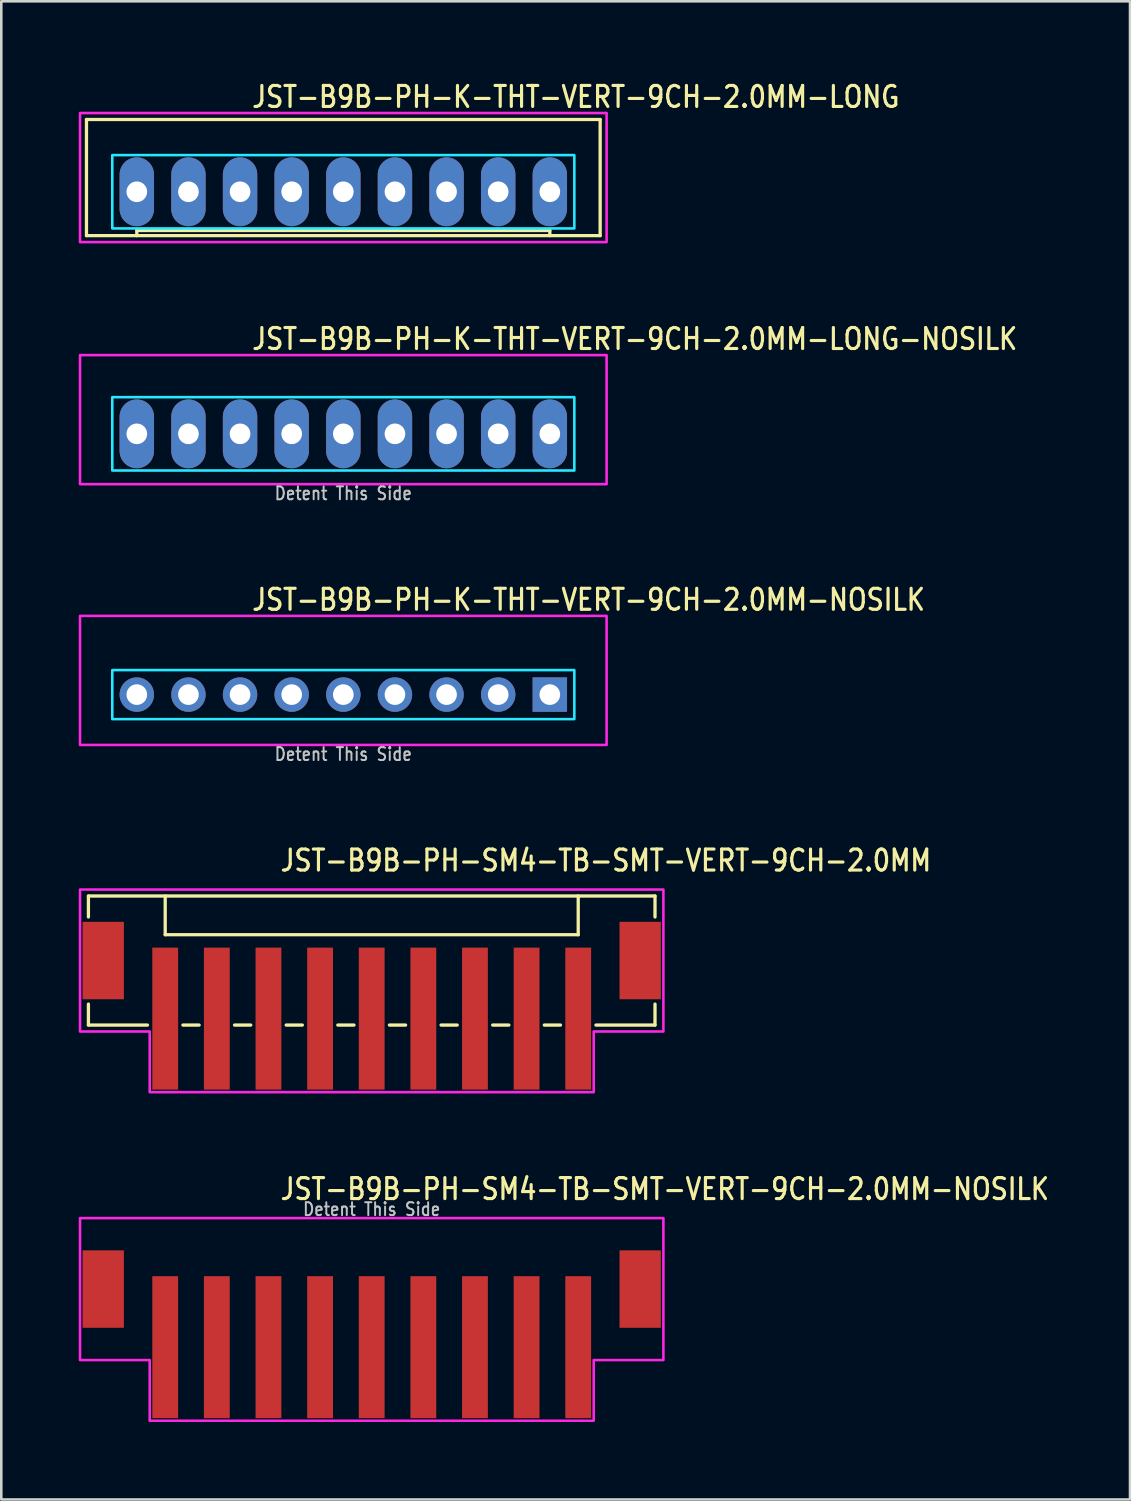
<source format=kicad_pcb>
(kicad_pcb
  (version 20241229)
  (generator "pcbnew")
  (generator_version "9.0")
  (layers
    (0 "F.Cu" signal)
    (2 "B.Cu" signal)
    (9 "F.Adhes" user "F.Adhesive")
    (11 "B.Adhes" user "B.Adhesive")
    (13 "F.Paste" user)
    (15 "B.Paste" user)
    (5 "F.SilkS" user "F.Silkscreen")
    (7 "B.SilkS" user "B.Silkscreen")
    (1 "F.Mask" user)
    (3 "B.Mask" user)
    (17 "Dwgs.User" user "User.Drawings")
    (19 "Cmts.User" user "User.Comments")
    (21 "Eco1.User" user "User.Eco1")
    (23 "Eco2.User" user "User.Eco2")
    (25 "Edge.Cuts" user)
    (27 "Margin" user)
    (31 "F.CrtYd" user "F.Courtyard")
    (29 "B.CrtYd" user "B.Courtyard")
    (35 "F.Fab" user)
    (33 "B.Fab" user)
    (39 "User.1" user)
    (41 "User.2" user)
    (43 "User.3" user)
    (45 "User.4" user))
  (footprint "JST-B9B-PH-SM4-TB-SMT-VERT-9CH-2.0MM"
    (layer "F.Cu")
    (at 11.35 34.161)
    (property "Reference" "JST-B9B-PH-SM4-TB-SMT-VERT-9CH-2.0MM" (at -3.6 -3.4 0) (unlocked yes) (layer "F.SilkS") (effects (font (size 0.813 0.695) (thickness 0.122)) (justify left bottom)))
    (fp_line (start -10.975 -2.5) (end -10.975 -1.687) (stroke (width 0.127) (type solid)) (layer "F.SilkS"))
    (fp_line (start -10.975 -2.5) (end 10.975 -2.5) (stroke (width 0.127) (type solid)) (layer "F.SilkS"))
    (fp_line (start -10.975 2.5) (end -10.975 1.687) (stroke (width 0.127) (type solid)) (layer "F.SilkS"))
    (fp_line (start -10.975 2.5) (end -8.687 2.5) (stroke (width 0.127) (type solid)) (layer "F.SilkS"))
    (fp_line (start -8 -2.5) (end -8 -1) (stroke (width 0.127) (type solid)) (layer "F.SilkS"))
    (fp_line (start -8 -1) (end 8 -1) (stroke (width 0.127) (type solid)) (layer "F.SilkS"))
    (fp_line (start -7.314 2.5) (end -6.686 2.5) (stroke (width 0.127) (type solid)) (layer "F.SilkS"))
    (fp_line (start -5.314 2.5) (end -4.686 2.5) (stroke (width 0.127) (type solid)) (layer "F.SilkS"))
    (fp_line (start -3.313 2.5) (end -2.687 2.5) (stroke (width 0.127) (type solid)) (layer "F.SilkS"))
    (fp_line (start -1.313 2.5) (end -0.686 2.5) (stroke (width 0.127) (type solid)) (layer "F.SilkS"))
    (fp_line (start 0.686 2.5) (end 1.313 2.5) (stroke (width 0.127) (type solid)) (layer "F.SilkS"))
    (fp_line (start 2.687 2.5) (end 3.313 2.5) (stroke (width 0.127) (type solid)) (layer "F.SilkS"))
    (fp_line (start 4.686 2.5) (end 5.314 2.5) (stroke (width 0.127) (type solid)) (layer "F.SilkS"))
    (fp_line (start 6.686 2.5) (end 7.314 2.5) (stroke (width 0.127) (type solid)) (layer "F.SilkS"))
    (fp_line (start 8 -1) (end 8 -2.5) (stroke (width 0.127) (type solid)) (layer "F.SilkS"))
    (fp_line (start 8.687 2.5) (end 10.975 2.5) (stroke (width 0.127) (type solid)) (layer "F.SilkS"))
    (fp_line (start 10.975 -1.687) (end 10.975 -2.5) (stroke (width 0.127) (type solid)) (layer "F.SilkS"))
    (fp_line (start 10.975 1.687) (end 10.975 2.5) (stroke (width 0.127) (type solid)) (layer "F.SilkS"))
    (fp_poly (pts (xy -11.3 -2.75) (xy -11.3 2.75) (xy -8.6 2.75) (xy -8.6 5.1) (xy 8.6 5.1) (xy 8.6 2.75) (xy 11.3 2.75) (xy 11.3 -2.75)) (stroke (width 0.1) (type solid)) (fill no) (layer "F.CrtYd"))
    (pad "1" smd rect (at -8 2.25) (size 1 5.5) (layers "F.Cu" "F.Mask" "F.Paste"))
    (pad "2" smd rect (at -6 2.25) (size 1 5.5) (layers "F.Cu" "F.Mask" "F.Paste"))
    (pad "3" smd rect (at -4 2.25) (size 1 5.5) (layers "F.Cu" "F.Mask" "F.Paste"))
    (pad "4" smd rect (at -2 2.25) (size 1 5.5) (layers "F.Cu" "F.Mask" "F.Paste"))
    (pad "5" smd rect (at 0 2.25) (size 1 5.5) (layers "F.Cu" "F.Mask" "F.Paste"))
    (pad "6" smd rect (at 2 2.25) (size 1 5.5) (layers "F.Cu" "F.Mask" "F.Paste"))
    (pad "7" smd rect (at 4 2.25) (size 1 5.5) (layers "F.Cu" "F.Mask" "F.Paste"))
    (pad "8" smd rect (at 6 2.25) (size 1 5.5) (layers "F.Cu" "F.Mask" "F.Paste"))
    (pad "9" smd rect (at 8 2.25) (size 1 5.5) (layers "F.Cu" "F.Mask" "F.Paste"))
    (pad "S_1" smd rect (at -10.4 0) (size 1.6 3) (layers "F.Cu" "F.Mask" "F.Paste"))
    (pad "S_2" smd rect (at 10.4 0) (size 1.6 3) (layers "F.Cu" "F.Mask" "F.Paste")))
  (footprint "JST-B9B-PH-K-THT-VERT-9CH-2.0MM-LONG"
    (layer "F.Cu")
    (at 10.25 4.379)
    (property "Reference" "JST-B9B-PH-K-THT-VERT-9CH-2.0MM-LONG" (at -3.6 -3.2 0) (unlocked yes) (layer "F.SilkS") (effects (font (size 0.813 0.695) (thickness 0.122)) (justify left bottom)))
    (fp_line (start -9.95 -2.8) (end -9.95 1.7) (stroke (width 0.127) (type solid)) (layer "F.SilkS"))
    (fp_line (start -9.95 -2.8) (end 9.95 -2.8) (stroke (width 0.127) (type solid)) (layer "F.SilkS"))
    (fp_line (start -9.95 1.7) (end 9.95 1.7) (stroke (width 0.127) (type solid)) (layer "F.SilkS"))
    (fp_line (start -8 1.7) (end -8 1.5) (stroke (width 0.127) (type solid)) (layer "F.SilkS"))
    (fp_line (start 8 1.5) (end -8 1.5) (stroke (width 0.127) (type solid)) (layer "F.SilkS"))
    (fp_line (start 8 1.7) (end 8 1.5) (stroke (width 0.127) (type solid)) (layer "F.SilkS"))
    (fp_line (start 9.95 1.7) (end 9.95 -2.8) (stroke (width 0.127) (type solid)) (layer "F.SilkS"))
    (fp_poly (pts (xy -8.95 -1.42) (xy -8.95 1.42) (xy 8.95 1.42) (xy 8.95 -1.42)) (stroke (width 0.1) (type solid)) (fill no) (layer "B.CrtYd"))
    (fp_poly (pts (xy -10.2 1.95) (xy -10.2 -3.05) (xy 10.2 -3.05) (xy 10.2 1.95)) (stroke (width 0.1) (type solid)) (fill no) (layer "F.CrtYd"))
    (pad "1" thru_hole oval (at 8 0 90) (size 2.667 1.333) (drill 0.8) (layers "*.Cu" "*.Mask"))
    (pad "2" thru_hole oval (at 6 0 90) (size 2.667 1.333) (drill 0.8) (layers "*.Cu" "*.Mask"))
    (pad "3" thru_hole oval (at 4 0 90) (size 2.667 1.333) (drill 0.8) (layers "*.Cu" "*.Mask"))
    (pad "4" thru_hole oval (at 2 0 90) (size 2.667 1.333) (drill 0.8) (layers "*.Cu" "*.Mask"))
    (pad "5" thru_hole oval (at 0 0 90) (size 2.667 1.333) (drill 0.8) (layers "*.Cu" "*.Mask"))
    (pad "6" thru_hole oval (at -2 0 90) (size 2.667 1.333) (drill 0.8) (layers "*.Cu" "*.Mask"))
    (pad "7" thru_hole oval (at -4 0 90) (size 2.667 1.333) (drill 0.8) (layers "*.Cu" "*.Mask"))
    (pad "8" thru_hole oval (at -6 0 90) (size 2.667 1.333) (drill 0.8) (layers "*.Cu" "*.Mask"))
    (pad "9" thru_hole oval (at -8 0 90) (size 2.667 1.333) (drill 0.8) (layers "*.Cu" "*.Mask")))
  (footprint "JST-B9B-PH-K-THT-VERT-9CH-2.0MM-NOSILK"
    (layer "F.Cu")
    (at 10.25 23.859)
    (property "Reference" "JST-B9B-PH-K-THT-VERT-9CH-2.0MM-NOSILK" (at -3.6 -3.2 0) (unlocked yes) (layer "F.SilkS") (effects (font (size 0.813 0.695) (thickness 0.122)) (justify left bottom)))
    (fp_poly (pts (xy -8.95 -0.95) (xy -8.95 0.95) (xy 8.95 0.95) (xy 8.95 -0.95)) (stroke (width 0.1) (type solid)) (fill no) (layer "B.CrtYd"))
    (fp_poly (pts (xy -10.2 1.95) (xy -10.2 -3.05) (xy 10.2 -3.05) (xy 10.2 1.95)) (stroke (width 0.1) (type solid)) (fill no) (layer "F.CrtYd"))
    (fp_text user "Detent This Side" (at 0 2.6 0) (unlocked yes) (layer "Dwgs.User") (effects (font (size 0.5 0.427) (thickness 0.075)) (justify bottom)))
    (pad "1" thru_hole rect (at 8 0) (size 1.333 1.333) (drill 0.8) (layers "*.Cu" "*.Mask"))
    (pad "2" thru_hole oval (at 6 0) (size 1.333 1.333) (drill 0.8) (layers "*.Cu" "*.Mask"))
    (pad "3" thru_hole oval (at 4 0) (size 1.333 1.333) (drill 0.8) (layers "*.Cu" "*.Mask"))
    (pad "4" thru_hole oval (at 2 0) (size 1.333 1.333) (drill 0.8) (layers "*.Cu" "*.Mask"))
    (pad "5" thru_hole oval (at 0 0) (size 1.333 1.333) (drill 0.8) (layers "*.Cu" "*.Mask"))
    (pad "6" thru_hole oval (at -2 0) (size 1.333 1.333) (drill 0.8) (layers "*.Cu" "*.Mask"))
    (pad "7" thru_hole oval (at -4 0) (size 1.333 1.333) (drill 0.8) (layers "*.Cu" "*.Mask"))
    (pad "8" thru_hole oval (at -6 0) (size 1.333 1.333) (drill 0.8) (layers "*.Cu" "*.Mask"))
    (pad "9" thru_hole oval (at -8 0) (size 1.333 1.333) (drill 0.8) (layers "*.Cu" "*.Mask")))
  (footprint "JST-B9B-PH-SM4-TB-SMT-VERT-9CH-2.0MM-NOSILK"
    (layer "F.Cu")
    (at 11.35 46.889)
    (property "Reference" "JST-B9B-PH-SM4-TB-SMT-VERT-9CH-2.0MM-NOSILK" (at -3.6 -3.4 0) (unlocked yes) (layer "F.SilkS") (effects (font (size 0.813 0.695) (thickness 0.122)) (justify left bottom)))
    (fp_poly (pts (xy -11.3 -2.75) (xy -11.3 2.75) (xy -8.6 2.75) (xy -8.6 5.1) (xy 8.6 5.1) (xy 8.6 2.75) (xy 11.3 2.75) (xy 11.3 -2.75)) (stroke (width 0.1) (type solid)) (fill no) (layer "F.CrtYd"))
    (fp_text user "Detent This Side" (at 0 -2.8 0) (unlocked yes) (layer "Dwgs.User") (effects (font (size 0.5 0.427) (thickness 0.075)) (justify bottom)))
    (pad "1" smd rect (at -8 2.25) (size 1 5.5) (layers "F.Cu" "F.Mask" "F.Paste"))
    (pad "2" smd rect (at -6 2.25) (size 1 5.5) (layers "F.Cu" "F.Mask" "F.Paste"))
    (pad "3" smd rect (at -4 2.25) (size 1 5.5) (layers "F.Cu" "F.Mask" "F.Paste"))
    (pad "4" smd rect (at -2 2.25) (size 1 5.5) (layers "F.Cu" "F.Mask" "F.Paste"))
    (pad "5" smd rect (at 0 2.25) (size 1 5.5) (layers "F.Cu" "F.Mask" "F.Paste"))
    (pad "6" smd rect (at 2 2.25) (size 1 5.5) (layers "F.Cu" "F.Mask" "F.Paste"))
    (pad "7" smd rect (at 4 2.25) (size 1 5.5) (layers "F.Cu" "F.Mask" "F.Paste"))
    (pad "8" smd rect (at 6 2.25) (size 1 5.5) (layers "F.Cu" "F.Mask" "F.Paste"))
    (pad "9" smd rect (at 8 2.25) (size 1 5.5) (layers "F.Cu" "F.Mask" "F.Paste"))
    (pad "S_1" smd rect (at -10.4 0) (size 1.6 3) (layers "F.Cu" "F.Mask" "F.Paste"))
    (pad "S_2" smd rect (at 10.4 0) (size 1.6 3) (layers "F.Cu" "F.Mask" "F.Paste")))
  (footprint "JST-B9B-PH-K-THT-VERT-9CH-2.0MM-LONG-NOSILK"
    (layer "F.Cu")
    (at 10.25 13.757)
    (property "Reference" "JST-B9B-PH-K-THT-VERT-9CH-2.0MM-LONG-NOSILK" (at -3.6 -3.2 0) (unlocked yes) (layer "F.SilkS") (effects (font (size 0.813 0.695) (thickness 0.122)) (justify left bottom)))
    (fp_poly (pts (xy -8.95 -1.42) (xy -8.95 1.42) (xy 8.95 1.42) (xy 8.95 -1.42)) (stroke (width 0.1) (type solid)) (fill no) (layer "B.CrtYd"))
    (fp_poly (pts (xy -10.2 1.95) (xy -10.2 -3.05) (xy 10.2 -3.05) (xy 10.2 1.95)) (stroke (width 0.1) (type solid)) (fill no) (layer "F.CrtYd"))
    (fp_text user "Detent This Side" (at 0 2.6 0) (unlocked yes) (layer "Dwgs.User") (effects (font (size 0.5 0.427) (thickness 0.075)) (justify bottom)))
    (pad "1" thru_hole oval (at 8 0 90) (size 2.667 1.333) (drill 0.8) (layers "*.Cu" "*.Mask"))
    (pad "2" thru_hole oval (at 6 0 90) (size 2.667 1.333) (drill 0.8) (layers "*.Cu" "*.Mask"))
    (pad "3" thru_hole oval (at 4 0 90) (size 2.667 1.333) (drill 0.8) (layers "*.Cu" "*.Mask"))
    (pad "4" thru_hole oval (at 2 0 90) (size 2.667 1.333) (drill 0.8) (layers "*.Cu" "*.Mask"))
    (pad "5" thru_hole oval (at 0 0 90) (size 2.667 1.333) (drill 0.8) (layers "*.Cu" "*.Mask"))
    (pad "6" thru_hole oval (at -2 0 90) (size 2.667 1.333) (drill 0.8) (layers "*.Cu" "*.Mask"))
    (pad "7" thru_hole oval (at -4 0 90) (size 2.667 1.333) (drill 0.8) (layers "*.Cu" "*.Mask"))
    (pad "8" thru_hole oval (at -6 0 90) (size 2.667 1.333) (drill 0.8) (layers "*.Cu" "*.Mask"))
    (pad "9" thru_hole oval (at -8 0 90) (size 2.667 1.333) (drill 0.8) (layers "*.Cu" "*.Mask")))
  (gr_rect
    (start -3 -3)
    (end 40.727 55.039)
    (stroke (width 0.1) (type default))
    (fill no)
    (layer "Edge.Cuts")))
</source>
